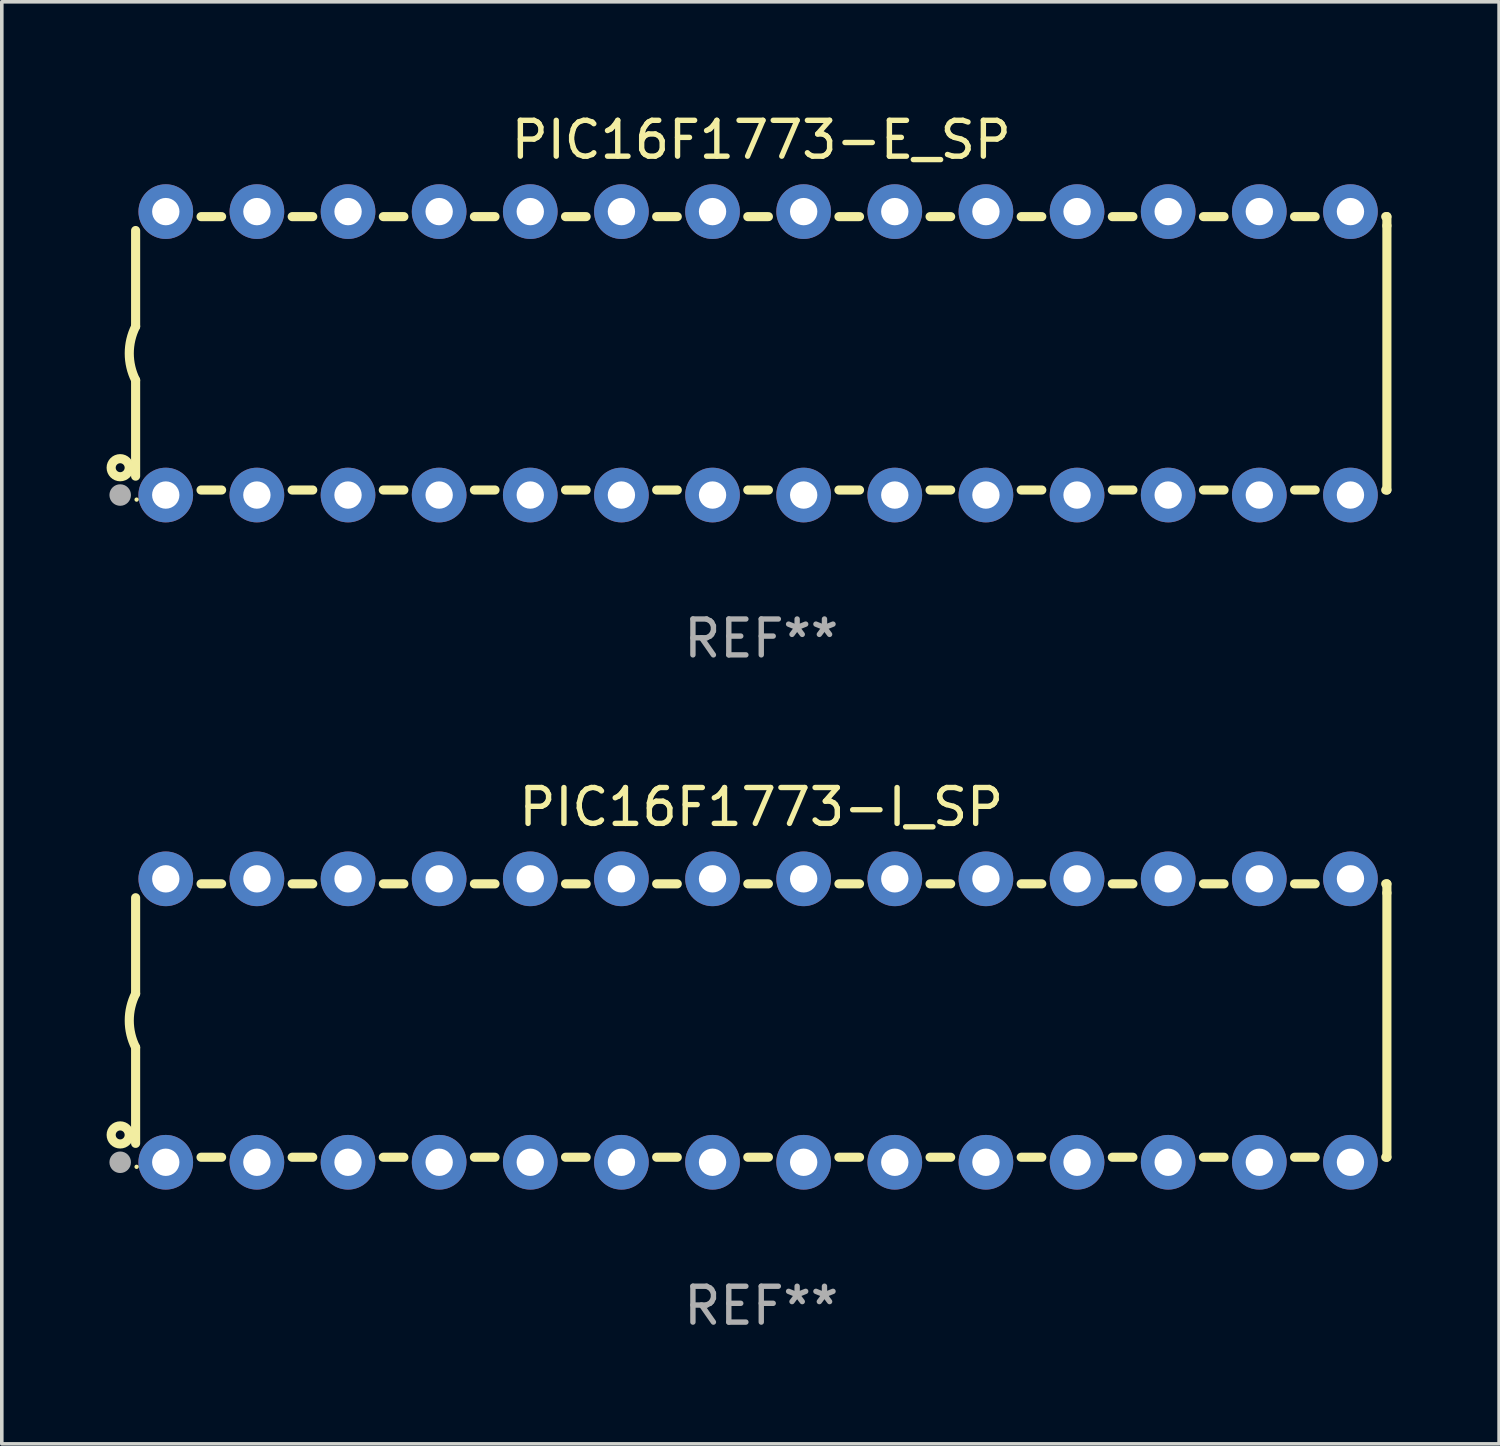
<source format=kicad_pcb>
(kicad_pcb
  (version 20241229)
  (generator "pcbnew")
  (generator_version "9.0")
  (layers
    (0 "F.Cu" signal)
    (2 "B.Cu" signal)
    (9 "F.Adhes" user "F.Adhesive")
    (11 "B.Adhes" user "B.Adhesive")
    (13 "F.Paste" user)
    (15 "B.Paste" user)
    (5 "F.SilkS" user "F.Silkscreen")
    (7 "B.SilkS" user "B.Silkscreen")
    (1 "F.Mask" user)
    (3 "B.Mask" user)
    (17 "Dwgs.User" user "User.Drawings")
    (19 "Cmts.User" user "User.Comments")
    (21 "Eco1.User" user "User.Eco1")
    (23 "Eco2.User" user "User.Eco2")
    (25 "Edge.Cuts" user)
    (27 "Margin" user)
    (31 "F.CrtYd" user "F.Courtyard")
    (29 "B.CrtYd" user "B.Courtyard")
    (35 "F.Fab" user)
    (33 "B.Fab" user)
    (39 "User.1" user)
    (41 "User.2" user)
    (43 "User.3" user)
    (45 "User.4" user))
  (footprint "PIC16F1773-I_SP"
    (layer "F.Cu")
    (at 18.168 25.395)
    (property "Reference" "PIC16F1773-I_SP" (at 0 -5.95 0) (layer "F.SilkS") (effects (font (size 1 1) (thickness 0.15))))
    (attr through_hole)
    (fp_line (start -17.438 0.75) (end -17.438 3.423) (stroke (width 0.254) (type solid)) (layer "F.SilkS"))
    (fp_line (start -17.438 -3.423) (end -17.438 -0.75) (stroke (width 0.254) (type solid)) (layer "F.SilkS"))
    (fp_line (start -15.615 3.81) (end -15.041 3.81) (stroke (width 0.254) (type solid)) (layer "F.SilkS"))
    (fp_line (start -15.041 -3.81) (end -15.614 -3.81) (stroke (width 0.254) (type solid)) (layer "F.SilkS"))
    (fp_line (start -13.075 3.81) (end -12.501 3.81) (stroke (width 0.254) (type solid)) (layer "F.SilkS"))
    (fp_line (start -12.501 -3.81) (end -13.074 -3.81) (stroke (width 0.254) (type solid)) (layer "F.SilkS"))
    (fp_line (start -10.535 3.81) (end -9.961 3.81) (stroke (width 0.254) (type solid)) (layer "F.SilkS"))
    (fp_line (start -9.961 -3.81) (end -10.534 -3.81) (stroke (width 0.254) (type solid)) (layer "F.SilkS"))
    (fp_line (start -7.995 3.81) (end -7.421 3.81) (stroke (width 0.254) (type solid)) (layer "F.SilkS"))
    (fp_line (start -7.421 -3.81) (end -7.995 -3.81) (stroke (width 0.254) (type solid)) (layer "F.SilkS"))
    (fp_line (start -5.455 3.81) (end -4.881 3.81) (stroke (width 0.254) (type solid)) (layer "F.SilkS"))
    (fp_line (start -4.881 -3.81) (end -5.455 -3.81) (stroke (width 0.254) (type solid)) (layer "F.SilkS"))
    (fp_line (start -2.915 3.81) (end -2.341 3.81) (stroke (width 0.254) (type solid)) (layer "F.SilkS"))
    (fp_line (start -2.341 -3.81) (end -2.915 -3.81) (stroke (width 0.254) (type solid)) (layer "F.SilkS"))
    (fp_line (start -0.375 3.81) (end 0.199 3.81) (stroke (width 0.254) (type solid)) (layer "F.SilkS"))
    (fp_line (start 0.199 -3.81) (end -0.375 -3.81) (stroke (width 0.254) (type solid)) (layer "F.SilkS"))
    (fp_line (start 2.165 3.81) (end 2.739 3.81) (stroke (width 0.254) (type solid)) (layer "F.SilkS"))
    (fp_line (start 2.739 -3.81) (end 2.165 -3.81) (stroke (width 0.254) (type solid)) (layer "F.SilkS"))
    (fp_line (start 4.705 3.81) (end 5.279 3.81) (stroke (width 0.254) (type solid)) (layer "F.SilkS"))
    (fp_line (start 5.279 -3.81) (end 4.705 -3.81) (stroke (width 0.254) (type solid)) (layer "F.SilkS"))
    (fp_line (start 7.245 3.81) (end 7.819 3.81) (stroke (width 0.254) (type solid)) (layer "F.SilkS"))
    (fp_line (start 7.819 -3.81) (end 7.245 -3.81) (stroke (width 0.254) (type solid)) (layer "F.SilkS"))
    (fp_line (start 9.785 3.81) (end 10.359 3.81) (stroke (width 0.254) (type solid)) (layer "F.SilkS"))
    (fp_line (start 10.359 -3.81) (end 9.785 -3.81) (stroke (width 0.254) (type solid)) (layer "F.SilkS"))
    (fp_line (start 12.325 3.81) (end 12.899 3.81) (stroke (width 0.254) (type solid)) (layer "F.SilkS"))
    (fp_line (start 12.899 -3.81) (end 12.325 -3.81) (stroke (width 0.254) (type solid)) (layer "F.SilkS"))
    (fp_line (start 14.865 3.81) (end 15.439 3.81) (stroke (width 0.254) (type solid)) (layer "F.SilkS"))
    (fp_line (start 15.439 -3.81) (end 14.865 -3.81) (stroke (width 0.254) (type solid)) (layer "F.SilkS"))
    (fp_line (start 17.405 3.81) (end 17.438 3.81) (stroke (width 0.254) (type solid)) (layer "F.SilkS"))
    (fp_line (start 17.438 -3.81) (end 17.405 -3.81) (stroke (width 0.254) (type solid)) (layer "F.SilkS"))
    (fp_line (start 17.438 -3.556) (end 17.438 -3.81) (stroke (width 0.254) (type solid)) (layer "F.SilkS"))
    (fp_line (start 17.438 3.81) (end 17.438 -3.556) (stroke (width 0.254) (type solid)) (layer "F.SilkS"))
    (fp_arc (start -17.437986 0.749657) (mid -17.614887 -0.000024) (end -17.437783 -0.749657) (stroke (width 0.254001) (type solid)) (layer "F.SilkS"))
    (fp_circle (center -17.868 3.188) (end -17.743 3.188) (stroke (width 0.254) (type solid)) (fill no) (layer "F.SilkS"))
    (fp_circle (center -17.411 4.077) (end -17.381 4.077) (stroke (width 0.06) (type solid)) (fill no) (layer "F.SilkS"))
    (fp_circle (center -17.868 3.95) (end -17.718 3.95) (stroke (width 0.3) (type solid)) (fill no) (layer "F.Fab"))
    (fp_text user "REF**" (at 0 7.95 0) (layer "F.Fab") (effects (font (size 1 1) (thickness 0.15))))
    (pad "1" thru_hole circle (at -16.598 3.95) (size 1.524 1.524) (drill 0.762) (layers "*.Cu" "*.Mask"))
    (pad "2" thru_hole circle (at -14.058 3.95) (size 1.524 1.524) (drill 0.762) (layers "*.Cu" "*.Mask"))
    (pad "3" thru_hole circle (at -11.518 3.95) (size 1.524 1.524) (drill 0.762) (layers "*.Cu" "*.Mask"))
    (pad "4" thru_hole circle (at -8.978 3.95) (size 1.524 1.524) (drill 0.762) (layers "*.Cu" "*.Mask"))
    (pad "5" thru_hole circle (at -6.438 3.95) (size 1.524 1.524) (drill 0.762) (layers "*.Cu" "*.Mask"))
    (pad "6" thru_hole circle (at -3.898 3.95) (size 1.524 1.524) (drill 0.762) (layers "*.Cu" "*.Mask"))
    (pad "7" thru_hole circle (at -1.358 3.95) (size 1.524 1.524) (drill 0.762) (layers "*.Cu" "*.Mask"))
    (pad "8" thru_hole circle (at 1.182 3.95) (size 1.524 1.524) (drill 0.762) (layers "*.Cu" "*.Mask"))
    (pad "9" thru_hole circle (at 3.722 3.95) (size 1.524 1.524) (drill 0.762) (layers "*.Cu" "*.Mask"))
    (pad "10" thru_hole circle (at 6.262 3.95) (size 1.524 1.524) (drill 0.762) (layers "*.Cu" "*.Mask"))
    (pad "11" thru_hole circle (at 8.802 3.95) (size 1.524 1.524) (drill 0.762) (layers "*.Cu" "*.Mask"))
    (pad "12" thru_hole circle (at 11.342 3.95) (size 1.524 1.524) (drill 0.762) (layers "*.Cu" "*.Mask"))
    (pad "13" thru_hole circle (at 13.882 3.95) (size 1.524 1.524) (drill 0.762) (layers "*.Cu" "*.Mask"))
    (pad "14" thru_hole circle (at 16.422 3.95) (size 1.524 1.524) (drill 0.762) (layers "*.Cu" "*.Mask"))
    (pad "15" thru_hole circle (at 16.422 -3.95) (size 1.524 1.524) (drill 0.762) (layers "*.Cu" "*.Mask"))
    (pad "16" thru_hole circle (at 13.882 -3.95) (size 1.524 1.524) (drill 0.762) (layers "*.Cu" "*.Mask"))
    (pad "17" thru_hole circle (at 11.342 -3.95) (size 1.524 1.524) (drill 0.762) (layers "*.Cu" "*.Mask"))
    (pad "18" thru_hole circle (at 8.802 -3.95) (size 1.524 1.524) (drill 0.762) (layers "*.Cu" "*.Mask"))
    (pad "19" thru_hole circle (at 6.262 -3.95) (size 1.524 1.524) (drill 0.762) (layers "*.Cu" "*.Mask"))
    (pad "20" thru_hole circle (at 3.722 -3.95) (size 1.524 1.524) (drill 0.762) (layers "*.Cu" "*.Mask"))
    (pad "21" thru_hole circle (at 1.182 -3.95) (size 1.524 1.524) (drill 0.762) (layers "*.Cu" "*.Mask"))
    (pad "22" thru_hole circle (at -1.358 -3.95) (size 1.524 1.524) (drill 0.762) (layers "*.Cu" "*.Mask"))
    (pad "23" thru_hole circle (at -3.898 -3.95) (size 1.524 1.524) (drill 0.762) (layers "*.Cu" "*.Mask"))
    (pad "24" thru_hole circle (at -6.438 -3.95) (size 1.524 1.524) (drill 0.762) (layers "*.Cu" "*.Mask"))
    (pad "25" thru_hole circle (at -8.978 -3.95) (size 1.524 1.524) (drill 0.762) (layers "*.Cu" "*.Mask"))
    (pad "26" thru_hole circle (at -11.517 -3.95) (size 1.524 1.524) (drill 0.762) (layers "*.Cu" "*.Mask"))
    (pad "27" thru_hole circle (at -14.057 -3.95) (size 1.524 1.524) (drill 0.762) (layers "*.Cu" "*.Mask"))
    (pad "28" thru_hole circle (at -16.597 -3.95) (size 1.524 1.524) (drill 0.762) (layers "*.Cu" "*.Mask")))
  (footprint "PIC16F1773-E_SP"
    (layer "F.Cu")
    (at 18.168 6.798)
    (property "Reference" "PIC16F1773-E_SP" (at 0 -5.95 0) (layer "F.SilkS") (effects (font (size 1 1) (thickness 0.15))))
    (attr through_hole)
    (fp_line (start -17.438 0.75) (end -17.438 3.423) (stroke (width 0.254) (type solid)) (layer "F.SilkS"))
    (fp_line (start -17.438 -3.423) (end -17.438 -0.75) (stroke (width 0.254) (type solid)) (layer "F.SilkS"))
    (fp_line (start -15.615 3.81) (end -15.041 3.81) (stroke (width 0.254) (type solid)) (layer "F.SilkS"))
    (fp_line (start -15.041 -3.81) (end -15.614 -3.81) (stroke (width 0.254) (type solid)) (layer "F.SilkS"))
    (fp_line (start -13.075 3.81) (end -12.501 3.81) (stroke (width 0.254) (type solid)) (layer "F.SilkS"))
    (fp_line (start -12.501 -3.81) (end -13.074 -3.81) (stroke (width 0.254) (type solid)) (layer "F.SilkS"))
    (fp_line (start -10.535 3.81) (end -9.961 3.81) (stroke (width 0.254) (type solid)) (layer "F.SilkS"))
    (fp_line (start -9.961 -3.81) (end -10.534 -3.81) (stroke (width 0.254) (type solid)) (layer "F.SilkS"))
    (fp_line (start -7.995 3.81) (end -7.421 3.81) (stroke (width 0.254) (type solid)) (layer "F.SilkS"))
    (fp_line (start -7.421 -3.81) (end -7.995 -3.81) (stroke (width 0.254) (type solid)) (layer "F.SilkS"))
    (fp_line (start -5.455 3.81) (end -4.881 3.81) (stroke (width 0.254) (type solid)) (layer "F.SilkS"))
    (fp_line (start -4.881 -3.81) (end -5.455 -3.81) (stroke (width 0.254) (type solid)) (layer "F.SilkS"))
    (fp_line (start -2.915 3.81) (end -2.341 3.81) (stroke (width 0.254) (type solid)) (layer "F.SilkS"))
    (fp_line (start -2.341 -3.81) (end -2.915 -3.81) (stroke (width 0.254) (type solid)) (layer "F.SilkS"))
    (fp_line (start -0.375 3.81) (end 0.199 3.81) (stroke (width 0.254) (type solid)) (layer "F.SilkS"))
    (fp_line (start 0.199 -3.81) (end -0.375 -3.81) (stroke (width 0.254) (type solid)) (layer "F.SilkS"))
    (fp_line (start 2.165 3.81) (end 2.739 3.81) (stroke (width 0.254) (type solid)) (layer "F.SilkS"))
    (fp_line (start 2.739 -3.81) (end 2.165 -3.81) (stroke (width 0.254) (type solid)) (layer "F.SilkS"))
    (fp_line (start 4.705 3.81) (end 5.279 3.81) (stroke (width 0.254) (type solid)) (layer "F.SilkS"))
    (fp_line (start 5.279 -3.81) (end 4.705 -3.81) (stroke (width 0.254) (type solid)) (layer "F.SilkS"))
    (fp_line (start 7.245 3.81) (end 7.819 3.81) (stroke (width 0.254) (type solid)) (layer "F.SilkS"))
    (fp_line (start 7.819 -3.81) (end 7.245 -3.81) (stroke (width 0.254) (type solid)) (layer "F.SilkS"))
    (fp_line (start 9.785 3.81) (end 10.359 3.81) (stroke (width 0.254) (type solid)) (layer "F.SilkS"))
    (fp_line (start 10.359 -3.81) (end 9.785 -3.81) (stroke (width 0.254) (type solid)) (layer "F.SilkS"))
    (fp_line (start 12.325 3.81) (end 12.899 3.81) (stroke (width 0.254) (type solid)) (layer "F.SilkS"))
    (fp_line (start 12.899 -3.81) (end 12.325 -3.81) (stroke (width 0.254) (type solid)) (layer "F.SilkS"))
    (fp_line (start 14.865 3.81) (end 15.439 3.81) (stroke (width 0.254) (type solid)) (layer "F.SilkS"))
    (fp_line (start 15.439 -3.81) (end 14.865 -3.81) (stroke (width 0.254) (type solid)) (layer "F.SilkS"))
    (fp_line (start 17.405 3.81) (end 17.438 3.81) (stroke (width 0.254) (type solid)) (layer "F.SilkS"))
    (fp_line (start 17.438 -3.81) (end 17.405 -3.81) (stroke (width 0.254) (type solid)) (layer "F.SilkS"))
    (fp_line (start 17.438 -3.556) (end 17.438 -3.81) (stroke (width 0.254) (type solid)) (layer "F.SilkS"))
    (fp_line (start 17.438 3.81) (end 17.438 -3.556) (stroke (width 0.254) (type solid)) (layer "F.SilkS"))
    (fp_arc (start -17.437986 0.749657) (mid -17.614887 -0.000024) (end -17.437783 -0.749657) (stroke (width 0.254001) (type solid)) (layer "F.SilkS"))
    (fp_circle (center -17.868 3.188) (end -17.743 3.188) (stroke (width 0.254) (type solid)) (fill no) (layer "F.SilkS"))
    (fp_circle (center -17.411 4.077) (end -17.381 4.077) (stroke (width 0.06) (type solid)) (fill no) (layer "F.SilkS"))
    (fp_circle (center -17.868 3.95) (end -17.718 3.95) (stroke (width 0.3) (type solid)) (fill no) (layer "F.Fab"))
    (fp_text user "REF**" (at 0 7.95 0) (layer "F.Fab") (effects (font (size 1 1) (thickness 0.15))))
    (pad "1" thru_hole circle (at -16.598 3.95) (size 1.524 1.524) (drill 0.762) (layers "*.Cu" "*.Mask"))
    (pad "2" thru_hole circle (at -14.058 3.95) (size 1.524 1.524) (drill 0.762) (layers "*.Cu" "*.Mask"))
    (pad "3" thru_hole circle (at -11.518 3.95) (size 1.524 1.524) (drill 0.762) (layers "*.Cu" "*.Mask"))
    (pad "4" thru_hole circle (at -8.978 3.95) (size 1.524 1.524) (drill 0.762) (layers "*.Cu" "*.Mask"))
    (pad "5" thru_hole circle (at -6.438 3.95) (size 1.524 1.524) (drill 0.762) (layers "*.Cu" "*.Mask"))
    (pad "6" thru_hole circle (at -3.898 3.95) (size 1.524 1.524) (drill 0.762) (layers "*.Cu" "*.Mask"))
    (pad "7" thru_hole circle (at -1.358 3.95) (size 1.524 1.524) (drill 0.762) (layers "*.Cu" "*.Mask"))
    (pad "8" thru_hole circle (at 1.182 3.95) (size 1.524 1.524) (drill 0.762) (layers "*.Cu" "*.Mask"))
    (pad "9" thru_hole circle (at 3.722 3.95) (size 1.524 1.524) (drill 0.762) (layers "*.Cu" "*.Mask"))
    (pad "10" thru_hole circle (at 6.262 3.95) (size 1.524 1.524) (drill 0.762) (layers "*.Cu" "*.Mask"))
    (pad "11" thru_hole circle (at 8.802 3.95) (size 1.524 1.524) (drill 0.762) (layers "*.Cu" "*.Mask"))
    (pad "12" thru_hole circle (at 11.342 3.95) (size 1.524 1.524) (drill 0.762) (layers "*.Cu" "*.Mask"))
    (pad "13" thru_hole circle (at 13.882 3.95) (size 1.524 1.524) (drill 0.762) (layers "*.Cu" "*.Mask"))
    (pad "14" thru_hole circle (at 16.422 3.95) (size 1.524 1.524) (drill 0.762) (layers "*.Cu" "*.Mask"))
    (pad "15" thru_hole circle (at 16.422 -3.95) (size 1.524 1.524) (drill 0.762) (layers "*.Cu" "*.Mask"))
    (pad "16" thru_hole circle (at 13.882 -3.95) (size 1.524 1.524) (drill 0.762) (layers "*.Cu" "*.Mask"))
    (pad "17" thru_hole circle (at 11.342 -3.95) (size 1.524 1.524) (drill 0.762) (layers "*.Cu" "*.Mask"))
    (pad "18" thru_hole circle (at 8.802 -3.95) (size 1.524 1.524) (drill 0.762) (layers "*.Cu" "*.Mask"))
    (pad "19" thru_hole circle (at 6.262 -3.95) (size 1.524 1.524) (drill 0.762) (layers "*.Cu" "*.Mask"))
    (pad "20" thru_hole circle (at 3.722 -3.95) (size 1.524 1.524) (drill 0.762) (layers "*.Cu" "*.Mask"))
    (pad "21" thru_hole circle (at 1.182 -3.95) (size 1.524 1.524) (drill 0.762) (layers "*.Cu" "*.Mask"))
    (pad "22" thru_hole circle (at -1.358 -3.95) (size 1.524 1.524) (drill 0.762) (layers "*.Cu" "*.Mask"))
    (pad "23" thru_hole circle (at -3.898 -3.95) (size 1.524 1.524) (drill 0.762) (layers "*.Cu" "*.Mask"))
    (pad "24" thru_hole circle (at -6.438 -3.95) (size 1.524 1.524) (drill 0.762) (layers "*.Cu" "*.Mask"))
    (pad "25" thru_hole circle (at -8.978 -3.95) (size 1.524 1.524) (drill 0.762) (layers "*.Cu" "*.Mask"))
    (pad "26" thru_hole circle (at -11.517 -3.95) (size 1.524 1.524) (drill 0.762) (layers "*.Cu" "*.Mask"))
    (pad "27" thru_hole circle (at -14.057 -3.95) (size 1.524 1.524) (drill 0.762) (layers "*.Cu" "*.Mask"))
    (pad "28" thru_hole circle (at -16.597 -3.95) (size 1.524 1.524) (drill 0.762) (layers "*.Cu" "*.Mask")))
  (gr_rect
    (start -3 -3)
    (end 38.733 37.193)
    (stroke (width 0.1) (type default))
    (fill no)
    (layer "Edge.Cuts")))
</source>
